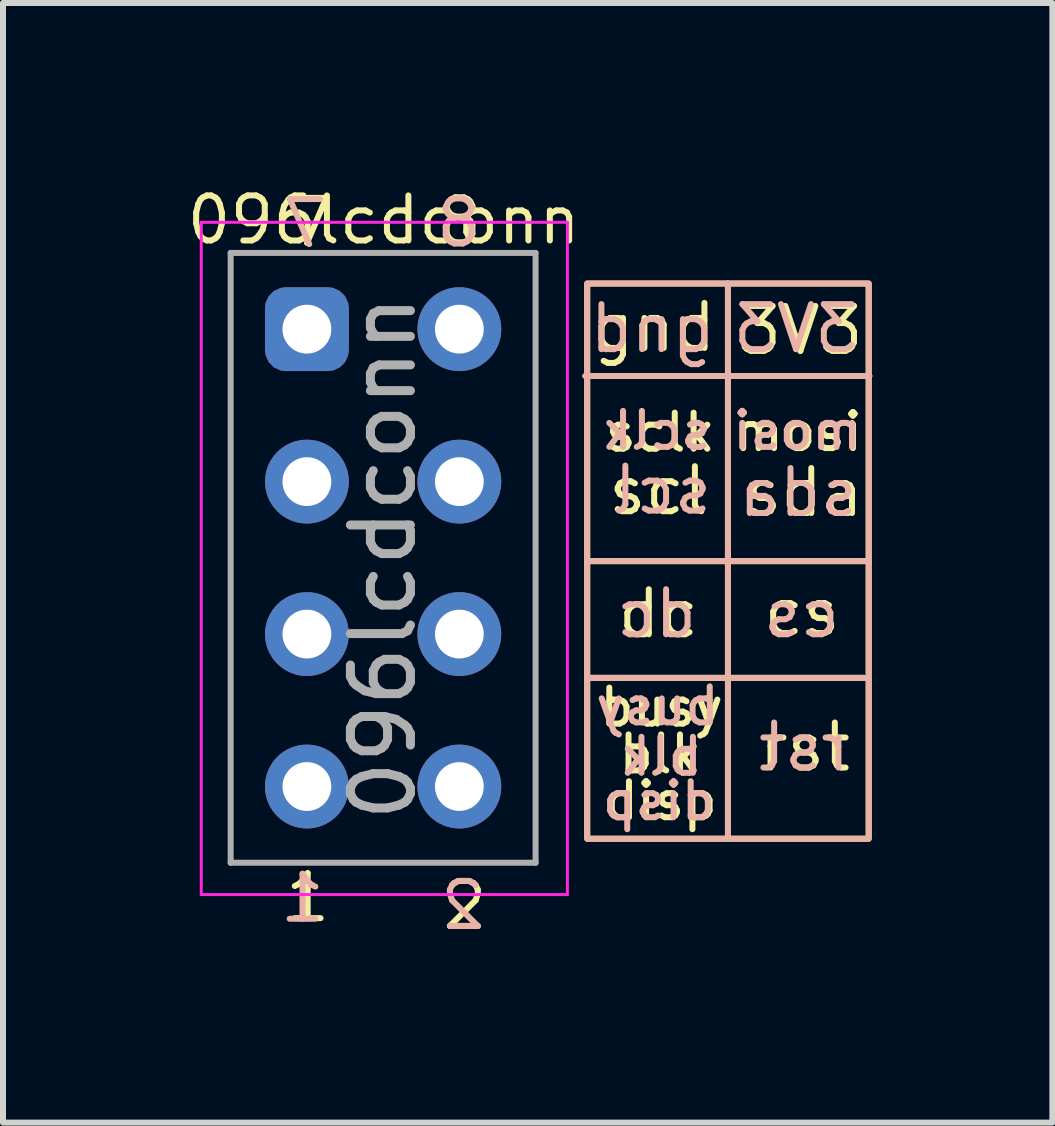
<source format=kicad_pcb>
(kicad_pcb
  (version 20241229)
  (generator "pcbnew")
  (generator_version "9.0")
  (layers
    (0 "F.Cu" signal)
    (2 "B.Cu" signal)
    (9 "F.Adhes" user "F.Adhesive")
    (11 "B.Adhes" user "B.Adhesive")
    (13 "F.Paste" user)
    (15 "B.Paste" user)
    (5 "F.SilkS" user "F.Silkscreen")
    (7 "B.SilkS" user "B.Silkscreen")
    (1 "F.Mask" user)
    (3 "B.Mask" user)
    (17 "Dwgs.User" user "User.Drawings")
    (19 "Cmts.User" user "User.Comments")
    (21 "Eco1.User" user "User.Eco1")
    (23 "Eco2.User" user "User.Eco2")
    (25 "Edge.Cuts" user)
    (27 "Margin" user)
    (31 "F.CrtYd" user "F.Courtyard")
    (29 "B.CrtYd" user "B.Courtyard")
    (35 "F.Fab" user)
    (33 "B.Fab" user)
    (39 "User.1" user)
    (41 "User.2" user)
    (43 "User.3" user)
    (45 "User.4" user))
  (footprint "096lcdconn"
    (layer "F.Cu")
    (at 4.643 2.454)
    (property "Reference" "096lcdconn" (at -1.3 -1.84 0) (layer "F.SilkS") (effects (font (size 0.75 0.75) (thickness 0.1))))
    (attr through_hole)
    (fp_line (start 2.06 0.76) (end 6.79 0.76) (stroke (width 0.1) (type default)) (layer "F.SilkS"))
    (fp_line (start 2.09 3.845) (end 6.78 3.845) (stroke (width 0.1) (type default)) (layer "F.SilkS"))
    (fp_line (start 2.09 5.79) (end 6.71 5.79) (stroke (width 0.1) (type default)) (layer "F.SilkS"))
    (fp_line (start 4.435 -0.78) (end 4.435 8.47) (stroke (width 0.1) (type default)) (layer "F.SilkS"))
    (fp_rect (start 2.09 -0.78) (end 6.78 8.47) (stroke (width 0.1) (type default)) (fill no) (layer "F.SilkS"))
    (fp_line (start 2.06 0.76) (end 6.79 0.76) (stroke (width 0.1) (type default)) (layer "B.SilkS"))
    (fp_line (start 2.09 3.845) (end 6.78 3.845) (stroke (width 0.1) (type default)) (layer "B.SilkS"))
    (fp_line (start 2.09 5.79) (end 6.71 5.79) (stroke (width 0.1) (type default)) (layer "B.SilkS"))
    (fp_line (start 4.435 -0.78) (end 4.435 8.47) (stroke (width 0.1) (type default)) (layer "B.SilkS"))
    (fp_rect (start 2.09 -0.78) (end 6.78 8.47) (stroke (width 0.1) (type default)) (fill no) (layer "B.SilkS"))
    (fp_line (start -4.34 -1.8) (end 1.76 -1.8) (stroke (width 0.05) (type solid)) (layer "F.CrtYd"))
    (fp_line (start -4.34 9.4) (end -4.34 -1.8) (stroke (width 0.05) (type solid)) (layer "F.CrtYd"))
    (fp_line (start 1.76 -1.8) (end 1.76 9.4) (stroke (width 0.05) (type solid)) (layer "F.CrtYd"))
    (fp_line (start 1.76 9.4) (end -4.34 9.4) (stroke (width 0.05) (type solid)) (layer "F.CrtYd"))
    (fp_line (start -3.85 -1.29) (end 1.23 -1.29) (stroke (width 0.1) (type solid)) (layer "F.Fab"))
    (fp_line (start -3.85 8.87) (end -3.85 -1.29) (stroke (width 0.1) (type solid)) (layer "F.Fab"))
    (fp_line (start 1.23 -1.29) (end 1.23 8.87) (stroke (width 0.1) (type solid)) (layer "F.Fab"))
    (fp_line (start 1.23 8.87) (end -3.85 8.87) (stroke (width 0.1) (type solid)) (layer "F.Fab"))
    (fp_text user "3V3" (at 4.54 0.44 0) (unlocked yes) (layer "F.SilkS") (effects (font (size 0.75 0.75) (thickness 0.1)) (justify left bottom)))
    (fp_text user "8" (at -0.46 -1.37 0) (unlocked yes) (layer "F.SilkS") (effects (font (size 0.75 0.75) (thickness 0.1)) (justify left bottom)))
    (fp_text user "gnd " (at 2.12 0.39 0) (unlocked yes) (layer "F.SilkS") (effects (font (size 0.75 0.75) (thickness 0.1)) (justify left bottom)))
    (fp_text user "scl" (at 2.39 3.11 0) (unlocked yes) (layer "F.SilkS") (effects (font (size 0.75 0.75) (thickness 0.1)) (justify left bottom)))
    (fp_text user "cs" (at 4.98 5.14 0) (unlocked yes) (layer "F.SilkS") (effects (font (size 0.75 0.75) (thickness 0.1)) (justify left bottom)))
    (fp_text user "blk" (at 2.57 7.41 0) (unlocked yes) (layer "F.SilkS") (effects (font (size 0.6 0.6) (thickness 0.1)) (justify left bottom)))
    (fp_text user "dc" (at 2.55 5.16 0) (unlocked yes) (layer "F.SilkS") (effects (font (size 0.75 0.75) (thickness 0.1)) (justify left bottom)))
    (fp_text user "rst" (at 4.9 7.38 0) (unlocked yes) (layer "F.SilkS") (effects (font (size 0.75 0.75) (thickness 0.1)) (justify left bottom)))
    (fp_text user "1" (at -2.99 9.89 0) (unlocked yes) (layer "F.SilkS") (effects (font (size 0.75 0.75) (thickness 0.1)) (justify left bottom)))
    (fp_text user "busy" (at 2.25 6.63 0) (unlocked yes) (layer "F.SilkS") (effects (font (size 0.6 0.6) (thickness 0.1)) (justify left bottom)))
    (fp_text user "mosi" (at 4.48 2.04 0) (unlocked yes) (layer "F.SilkS") (effects (font (size 0.6 0.6) (thickness 0.1)) (justify left bottom)))
    (fp_text user "disp" (at 2.32 8.19 0) (unlocked yes) (layer "F.SilkS") (effects (font (size 0.6 0.6) (thickness 0.1)) (justify left bottom)))
    (fp_text user "sda" (at 4.65 3.14 0) (unlocked yes) (layer "F.SilkS") (effects (font (size 0.75 0.75) (thickness 0.1)) (justify left bottom)))
    (fp_text user "7" (at -2.93 -1.36 0) (unlocked yes) (layer "F.SilkS") (effects (font (size 0.75 0.75) (thickness 0.1)) (justify left bottom)))
    (fp_text user "2" (at -0.37 10.02 0) (unlocked yes) (layer "F.SilkS") (effects (font (size 0.75 0.75) (thickness 0.1)) (justify left bottom)))
    (fp_text user "sclk" (at 2.34 2.05 0) (unlocked yes) (layer "F.SilkS") (effects (font (size 0.6 0.6) (thickness 0.1)) (justify left bottom)))
    (fp_text user "mosi" (at 6.71 2.02 0) (unlocked yes) (layer "B.SilkS") (effects (font (size 0.6 0.6) (thickness 0.1)) (justify left bottom mirror)))
    (fp_text user "1" (at -2.23 9.9 0) (unlocked yes) (layer "B.SilkS") (effects (font (size 0.75 0.75) (thickness 0.1)) (justify left bottom mirror)))
    (fp_text user "disp" (at 4.28 8.19 0) (unlocked yes) (layer "B.SilkS") (effects (font (size 0.6 0.6) (thickness 0.1)) (justify left bottom mirror)))
    (fp_text user "8" (at 0.37 -1.35 0) (unlocked yes) (layer "B.SilkS") (effects (font (size 0.75 0.75) (thickness 0.1)) (justify left bottom mirror)))
    (fp_text user "dc" (at 3.97 5.16 0) (unlocked yes) (layer "B.SilkS") (effects (font (size 0.75 0.75) (thickness 0.1)) (justify left bottom mirror)))
    (fp_text user "scl" (at 4.22 3.1 0) (unlocked yes) (layer "B.SilkS") (effects (font (size 0.75 0.75) (thickness 0.1)) (justify left bottom mirror)))
    (fp_text user "2" (at 0.44 10.02 0) (unlocked yes) (layer "B.SilkS") (effects (font (size 0.75 0.75) (thickness 0.1)) (justify left bottom mirror)))
    (fp_text user "blk" (at 4.06 7.45 0) (unlocked yes) (layer "B.SilkS") (effects (font (size 0.6 0.6) (thickness 0.1)) (justify left bottom mirror)))
    (fp_text user "gnd " (at 4.25 0.41 0) (unlocked yes) (layer "B.SilkS") (effects (font (size 0.75 0.75) (thickness 0.1)) (justify left bottom mirror)))
    (fp_text user "3V3" (at 6.67 0.41 0) (unlocked yes) (layer "B.SilkS") (effects (font (size 0.75 0.75) (thickness 0.1)) (justify left bottom mirror)))
    (fp_text user "sda" (at 6.65 3.14 0) (unlocked yes) (layer "B.SilkS") (effects (font (size 0.75 0.75) (thickness 0.1)) (justify left bottom mirror)))
    (fp_text user "7" (at -2.19 -1.34 0) (unlocked yes) (layer "B.SilkS") (effects (font (size 0.75 0.75) (thickness 0.1)) (justify left bottom mirror)))
    (fp_text user "sclk" (at 4.21 2.02 0) (unlocked yes) (layer "B.SilkS") (effects (font (size 0.6 0.6) (thickness 0.1)) (justify left bottom mirror)))
    (fp_text user "cs" (at 6.35 5.16 0) (unlocked yes) (layer "B.SilkS") (effects (font (size 0.75 0.75) (thickness 0.1)) (justify left bottom mirror)))
    (fp_text user "busy" (at 4.34 6.61 0) (unlocked yes) (layer "B.SilkS") (effects (font (size 0.6 0.6) (thickness 0.1)) (justify left bottom mirror)))
    (fp_text user "rst" (at 6.52 7.38 0) (unlocked yes) (layer "B.SilkS") (effects (font (size 0.75 0.75) (thickness 0.1)) (justify left bottom mirror)))
    (fp_text user "${REFERENCE}" (at -1.31 3.79 270) (layer "F.Fab") (effects (font (size 1 1) (thickness 0.15))))
    (pad "1" thru_hole circle (at -2.58 7.6 180) (size 1.397 1.397) (drill 0.813) (layers "*.Cu" "*.Mask"))
    (pad "2" thru_hole circle (at -0.04 7.6 180) (size 1.397 1.397) (drill 0.813) (layers "*.Cu" "*.Mask"))
    (pad "3" thru_hole circle (at -2.58 5.06 180) (size 1.397 1.397) (drill 0.813) (layers "*.Cu" "*.Mask"))
    (pad "4" thru_hole circle (at -0.04 5.06 180) (size 1.397 1.397) (drill 0.813) (layers "*.Cu" "*.Mask"))
    (pad "5" thru_hole circle (at -2.58 2.52 180) (size 1.397 1.397) (drill 0.813) (layers "*.Cu" "*.Mask"))
    (pad "6" thru_hole circle (at -0.04 2.52 180) (size 1.397 1.397) (drill 0.813) (layers "*.Cu" "*.Mask"))
    (pad "7" thru_hole roundrect (at -2.58 -0.02 180) (size 1.397 1.397) (drill 0.813) (layers "*.Cu" "*.Mask") (roundrect_rratio 0.25))
    (pad "8" thru_hole circle (at -0.04 -0.02 180) (size 1.397 1.397) (drill 0.813) (layers "*.Cu" "*.Mask")))
  (gr_rect
    (start -3 -3)
    (end 14.483 15.653)
    (stroke (width 0.1) (type default))
    (fill no)
    (layer "Edge.Cuts")))
</source>
